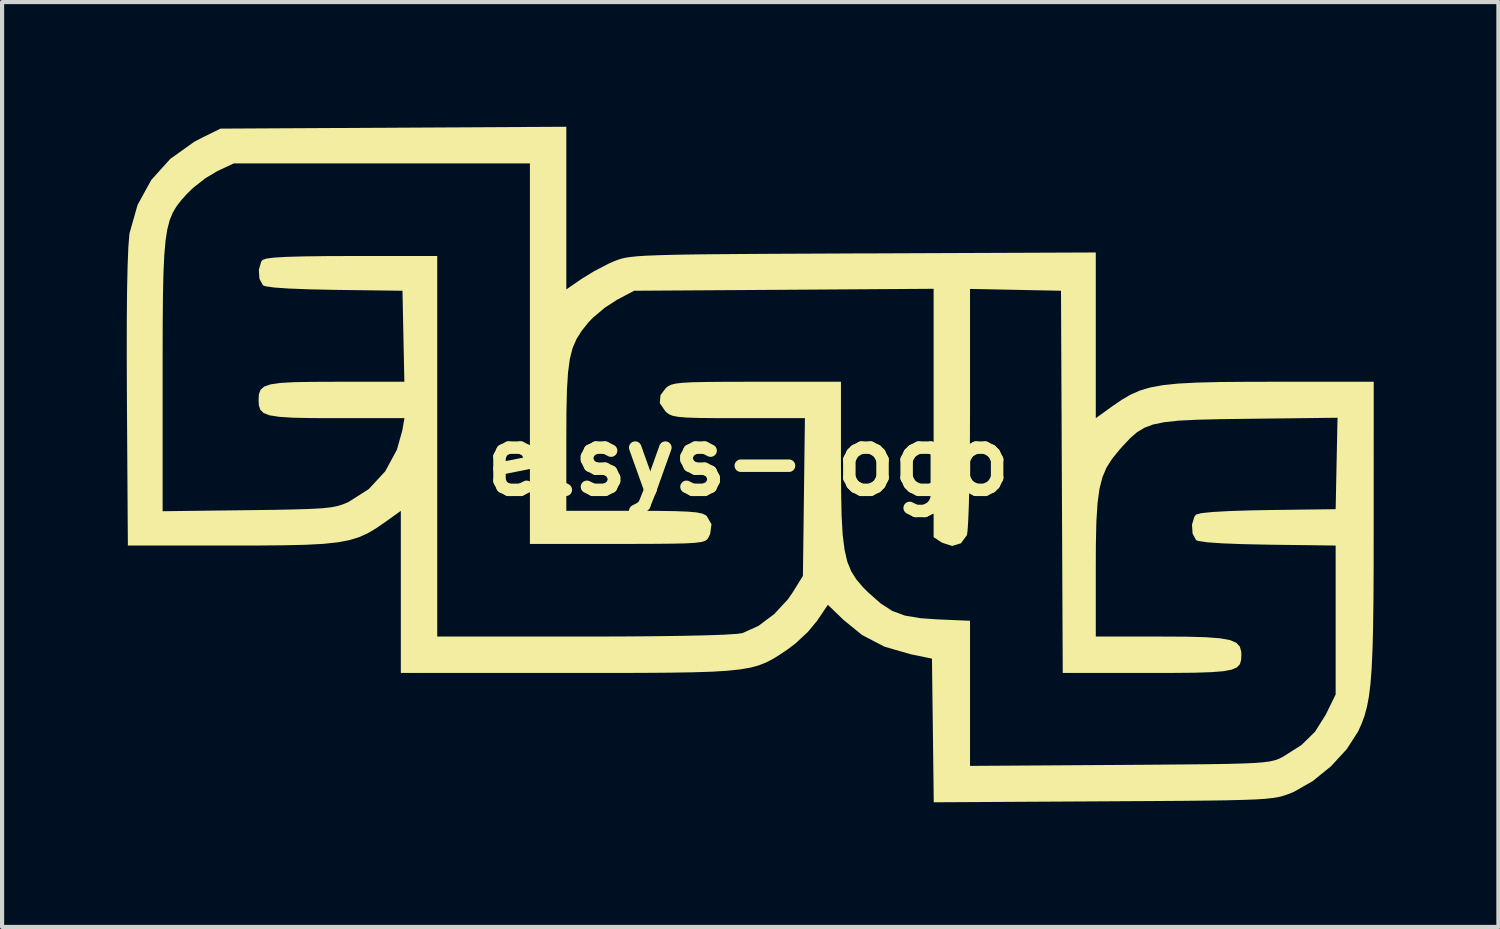
<source format=kicad_pcb>
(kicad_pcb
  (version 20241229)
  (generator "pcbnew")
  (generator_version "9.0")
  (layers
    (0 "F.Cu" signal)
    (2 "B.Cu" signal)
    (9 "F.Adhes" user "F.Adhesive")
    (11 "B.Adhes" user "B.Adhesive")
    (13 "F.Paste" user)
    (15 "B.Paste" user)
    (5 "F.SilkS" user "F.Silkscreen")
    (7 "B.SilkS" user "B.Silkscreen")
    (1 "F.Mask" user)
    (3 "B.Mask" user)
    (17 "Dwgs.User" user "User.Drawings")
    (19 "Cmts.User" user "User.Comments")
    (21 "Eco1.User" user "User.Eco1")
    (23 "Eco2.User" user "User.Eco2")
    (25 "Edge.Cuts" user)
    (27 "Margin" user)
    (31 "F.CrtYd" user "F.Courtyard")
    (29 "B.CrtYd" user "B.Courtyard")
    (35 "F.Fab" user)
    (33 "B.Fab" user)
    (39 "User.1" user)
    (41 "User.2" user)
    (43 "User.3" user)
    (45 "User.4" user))
  (footprint "elsys-logo"
    (layer "F.Cu")
    (at 14.956 8.047)
    (property "Reference" "elsys-logo" (at 0 0 0) (layer "F.SilkS") (effects (font (size 1.524 1.524) (thickness 0.3))))
    (attr board_only exclude_from_pos_files exclude_from_bom)
    (fp_poly (pts (xy -4.379 -4.133) (xy -4.009 -4.388) (xy -3.705 -4.574) (xy -3.367 -4.75) (xy -3.232 -4.81) (xy -3.15 -4.842) (xy -3.064 -4.87) (xy -2.963 -4.894) (xy -2.834 -4.914) (xy -2.665 -4.931) (xy -2.446 -4.945) (xy -2.163 -4.956) (xy -1.806 -4.966) (xy -1.362 -4.974) (xy -0.821 -4.98) (xy -0.169 -4.985) (xy 0.605 -4.99) (xy 1.512 -4.994) (xy 2.565 -4.999) (xy 2.767 -4.999) (xy 8.361 -5.022) (xy 8.361 -1.035) (xy 8.761 -1.323) (xy 8.984 -1.476) (xy 9.196 -1.6) (xy 9.418 -1.698) (xy 9.669 -1.773) (xy 9.968 -1.828) (xy 10.335 -1.867) (xy 10.79 -1.891) (xy 11.351 -1.905) (xy 12.04 -1.91) (xy 12.588 -1.911) (xy 15.049 -1.911) (xy 15.048 1.573) (xy 15.047 2.512) (xy 15.043 3.308) (xy 15.034 3.975) (xy 15.02 4.529) (xy 14.999 4.984) (xy 14.971 5.356) (xy 14.933 5.661) (xy 14.886 5.913) (xy 14.827 6.128) (xy 14.756 6.32) (xy 14.672 6.506) (xy 14.671 6.508) (xy 14.399 6.93) (xy 14.02 7.342) (xy 13.581 7.698) (xy 13.13 7.955) (xy 13.081 7.976) (xy 12.976 8.017) (xy 12.874 8.052) (xy 12.76 8.081) (xy 12.621 8.104) (xy 12.443 8.124) (xy 12.21 8.139) (xy 11.908 8.15) (xy 11.524 8.16) (xy 11.043 8.167) (xy 10.451 8.173) (xy 9.732 8.178) (xy 8.874 8.183) (xy 8.541 8.185) (xy 4.462 8.208) (xy 4.441 6.48) (xy 4.419 4.751) (xy 3.914 4.648) (xy 3.277 4.464) (xy 2.738 4.183) (xy 2.295 3.823) (xy 1.914 3.456) (xy 1.654 3.842) (xy 1.43 4.112) (xy 1.134 4.387) (xy 0.928 4.542) (xy 0.75 4.661) (xy 0.588 4.761) (xy 0.427 4.844) (xy 0.252 4.913) (xy 0.05 4.968) (xy -0.195 5.01) (xy -0.497 5.042) (xy -0.87 5.065) (xy -1.33 5.08) (xy -1.89 5.089) (xy -2.565 5.094) (xy -3.37 5.096) (xy -4.32 5.096) (xy -8.361 5.096) (xy -8.361 1.195) (xy -8.739 1.466) (xy -8.953 1.613) (xy -9.154 1.733) (xy -9.362 1.827) (xy -9.596 1.899) (xy -9.876 1.952) (xy -10.222 1.989) (xy -10.652 2.012) (xy -11.187 2.024) (xy -11.846 2.03) (xy -12.461 2.03) (xy -14.929 2.03) (xy -14.935 1.204) (xy -14.093 1.204) (xy -12.043 1.179) (xy -11.411 1.171) (xy -10.917 1.161) (xy -10.538 1.149) (xy -10.254 1.133) (xy -10.043 1.11) (xy -9.883 1.079) (xy -9.752 1.038) (xy -9.63 0.987) (xy -9.627 0.986) (xy -9.133 0.672) (xy -8.737 0.244) (xy -8.456 -0.274) (xy -8.326 -0.737) (xy -8.274 -1.035) (xy -9.904 -1.035) (xy -10.499 -1.037) (xy -10.954 -1.046) (xy -11.287 -1.067) (xy -11.517 -1.103) (xy -11.663 -1.159) (xy -11.744 -1.239) (xy -11.778 -1.349) (xy -11.784 -1.473) (xy -11.776 -1.612) (xy -11.737 -1.718) (xy -11.649 -1.795) (xy -11.494 -1.849) (xy -11.253 -1.883) (xy -10.906 -1.902) (xy -10.436 -1.909) (xy -9.905 -1.911) (xy -8.276 -1.911) (xy -8.299 -3.006) (xy -8.321 -4.101) (xy -9.947 -4.122) (xy -10.563 -4.135) (xy -11.054 -4.154) (xy -11.411 -4.179) (xy -11.624 -4.21) (xy -11.679 -4.232) (xy -11.763 -4.388) (xy -11.778 -4.605) (xy -11.722 -4.799) (xy -11.689 -4.841) (xy -11.605 -4.873) (xy -11.419 -4.898) (xy -11.117 -4.916) (xy -10.69 -4.928) (xy -10.124 -4.935) (xy -9.539 -4.937) (xy -7.485 -4.937) (xy -7.485 4.22) (xy -3.961 4.22) (xy -3.063 4.218) (xy -2.265 4.212) (xy -1.578 4.203) (xy -1.012 4.19) (xy -0.576 4.175) (xy -0.281 4.156) (xy -0.141 4.137) (xy 0.241 3.965) (xy 0.622 3.68) (xy 0.955 3.321) (xy 1.073 3.149) (xy 1.314 2.76) (xy 1.362 -1.035) (xy -0.235 -1.035) (xy -0.78 -1.036) (xy -1.19 -1.04) (xy -1.485 -1.05) (xy -1.688 -1.067) (xy -1.824 -1.093) (xy -1.913 -1.131) (xy -1.979 -1.183) (xy -1.991 -1.194) (xy -2.13 -1.397) (xy -2.113 -1.589) (xy -1.991 -1.752) (xy -1.934 -1.801) (xy -1.861 -1.838) (xy -1.752 -1.866) (xy -1.587 -1.886) (xy -1.347 -1.899) (xy -1.011 -1.906) (xy -0.561 -1.91) (xy 0.024 -1.911) (xy 0.199 -1.911) (xy 2.229 -1.911) (xy 2.229 0.037) (xy 2.233 0.747) (xy 2.245 1.319) (xy 2.271 1.774) (xy 2.316 2.133) (xy 2.382 2.418) (xy 2.476 2.65) (xy 2.602 2.849) (xy 2.763 3.037) (xy 2.886 3.159) (xy 3.186 3.424) (xy 3.465 3.604) (xy 3.77 3.716) (xy 4.148 3.779) (xy 4.558 3.807) (xy 5.335 3.84) (xy 5.335 7.332) (xy 8.938 7.309) (xy 9.789 7.303) (xy 10.496 7.297) (xy 11.074 7.291) (xy 11.538 7.284) (xy 11.902 7.274) (xy 12.181 7.262) (xy 12.391 7.245) (xy 12.546 7.225) (xy 12.661 7.199) (xy 12.752 7.167) (xy 12.833 7.129) (xy 12.869 7.11) (xy 13.31 6.83) (xy 13.636 6.511) (xy 13.89 6.107) (xy 13.91 6.068) (xy 14.133 5.613) (xy 14.133 2.03) (xy 12.507 2.009) (xy 11.891 1.996) (xy 11.4 1.977) (xy 11.043 1.952) (xy 10.83 1.921) (xy 10.775 1.9) (xy 10.69 1.742) (xy 10.676 1.526) (xy 10.733 1.336) (xy 10.775 1.285) (xy 10.897 1.251) (xy 11.169 1.223) (xy 11.58 1.2) (xy 12.122 1.183) (xy 12.507 1.176) (xy 14.133 1.155) (xy 14.155 0.055) (xy 14.178 -1.045) (xy 12.045 -1.02) (xy 11.349 -1.011) (xy 10.792 -0.997) (xy 10.351 -0.975) (xy 10.008 -0.938) (xy 9.741 -0.883) (xy 9.529 -0.803) (xy 9.351 -0.695) (xy 9.187 -0.552) (xy 9.016 -0.37) (xy 8.927 -0.27) (xy 8.755 -0.059) (xy 8.621 0.151) (xy 8.521 0.385) (xy 8.45 0.664) (xy 8.403 1.014) (xy 8.375 1.457) (xy 8.363 2.017) (xy 8.361 2.562) (xy 8.361 4.22) (xy 9.935 4.22) (xy 10.543 4.223) (xy 11.009 4.236) (xy 11.353 4.262) (xy 11.592 4.305) (xy 11.744 4.371) (xy 11.827 4.462) (xy 11.861 4.582) (xy 11.864 4.657) (xy 11.858 4.784) (xy 11.829 4.885) (xy 11.759 4.961) (xy 11.632 5.016) (xy 11.43 5.054) (xy 11.137 5.077) (xy 10.734 5.09) (xy 10.205 5.095) (xy 9.59 5.096) (xy 7.566 5.096) (xy 7.545 0.498) (xy 7.524 -4.101) (xy 6.43 -4.123) (xy 5.335 -4.145) (xy 5.335 -1.281) (xy 5.333 -0.598) (xy 5.327 0.034) (xy 5.318 0.598) (xy 5.306 1.073) (xy 5.291 1.442) (xy 5.275 1.685) (xy 5.26 1.78) (xy 5.116 1.976) (xy 4.905 2.04) (xy 4.665 1.962) (xy 4.654 1.956) (xy 4.459 1.828) (xy 4.459 -4.148) (xy 0.856 -4.124) (xy -2.747 -4.101) (xy -3.156 -3.885) (xy -3.45 -3.695) (xy -3.734 -3.457) (xy -3.849 -3.338) (xy -4.009 -3.137) (xy -4.134 -2.94) (xy -4.228 -2.722) (xy -4.294 -2.461) (xy -4.338 -2.134) (xy -4.364 -1.716) (xy -4.376 -1.186) (xy -4.379 -0.543) (xy -4.379 1.194) (xy -2.753 1.194) (xy -2.189 1.196) (xy -1.763 1.202) (xy -1.455 1.214) (xy -1.243 1.233) (xy -1.107 1.261) (xy -1.025 1.299) (xy -1.001 1.319) (xy -0.886 1.518) (xy -0.918 1.752) (xy -0.958 1.837) (xy -0.991 1.883) (xy -1.044 1.919) (xy -1.137 1.946) (xy -1.288 1.965) (xy -1.517 1.978) (xy -1.84 1.985) (xy -2.278 1.989) (xy -2.848 1.991) (xy -3.148 1.991) (xy -5.255 1.991) (xy -5.255 -7.166) (xy -12.382 -7.165) (xy -12.78 -6.978) (xy -13.065 -6.808) (xy -13.36 -6.576) (xy -13.511 -6.429) (xy -13.646 -6.278) (xy -13.758 -6.133) (xy -13.85 -5.978) (xy -13.923 -5.799) (xy -13.98 -5.579) (xy -14.023 -5.302) (xy -14.053 -4.954) (xy -14.073 -4.517) (xy -14.085 -3.978) (xy -14.091 -3.319) (xy -14.093 -2.526) (xy -14.093 -2.011) (xy -14.093 1.204) (xy -14.935 1.204) (xy -14.952 -1.473) (xy -14.956 -2.503) (xy -14.955 -3.39) (xy -14.948 -4.13) (xy -14.935 -4.721) (xy -14.917 -5.161) (xy -14.894 -5.444) (xy -14.887 -5.494) (xy -14.695 -6.168) (xy -14.367 -6.765) (xy -13.909 -7.274) (xy -13.331 -7.686) (xy -13.148 -7.782) (xy -12.7 -8.002) (xy -4.379 -8.047)) (stroke (width 0) (type solid)) (fill yes) (layer "F.SilkS")))
  (gr_rect
    (start -3 -3)
    (end 33.005 19.255)
    (stroke (width 0.1) (type default))
    (fill no)
    (layer "Edge.Cuts")))
</source>
